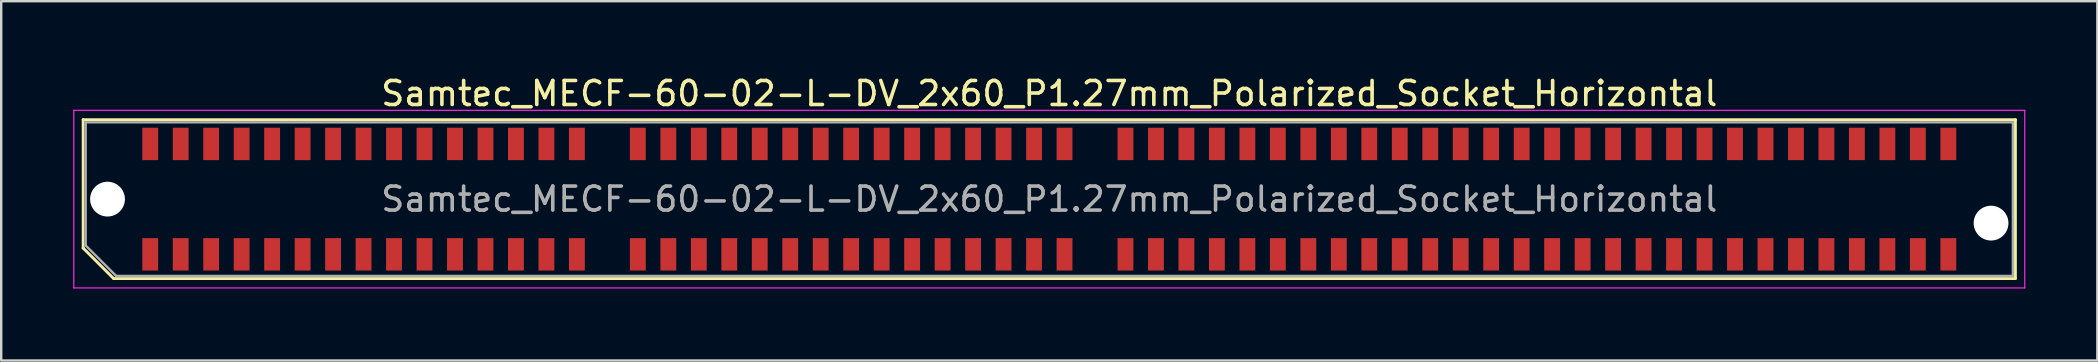
<source format=kicad_pcb>
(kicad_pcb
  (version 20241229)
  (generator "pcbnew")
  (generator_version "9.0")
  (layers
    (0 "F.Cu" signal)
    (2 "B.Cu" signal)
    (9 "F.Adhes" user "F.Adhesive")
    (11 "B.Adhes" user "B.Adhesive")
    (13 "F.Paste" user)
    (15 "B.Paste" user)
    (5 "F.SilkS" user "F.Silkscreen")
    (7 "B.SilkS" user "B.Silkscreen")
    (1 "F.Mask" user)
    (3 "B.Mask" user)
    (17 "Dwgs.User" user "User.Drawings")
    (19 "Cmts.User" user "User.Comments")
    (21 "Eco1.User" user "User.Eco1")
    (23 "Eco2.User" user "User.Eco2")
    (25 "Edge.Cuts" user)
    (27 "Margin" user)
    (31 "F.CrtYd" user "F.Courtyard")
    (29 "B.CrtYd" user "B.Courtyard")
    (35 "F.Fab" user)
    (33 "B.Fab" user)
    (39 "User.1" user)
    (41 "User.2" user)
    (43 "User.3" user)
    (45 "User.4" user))
  (footprint "Samtec_MECF-60-02-L-DV_2x60_P1.27mm_Polarized_Socket_Horizontal"
    (layer "F.Cu")
    (at 40.675 5.248)
    (property "Reference" "Samtec_MECF-60-02-L-DV_2x60_P1.27mm_Polarized_Socket_Horizontal" (at 0 -4.4 0) (layer "F.SilkS") (effects (font (size 1 1) (thickness 0.15))))
    (attr smd)
    (fp_line (start -40.26 -3.31) (end 40.26 -3.31) (stroke (width 0.12) (type solid)) (layer "F.SilkS"))
    (fp_line (start -40.26 2.04) (end -40.26 -3.31) (stroke (width 0.12) (type solid)) (layer "F.SilkS"))
    (fp_line (start -38.99 3.31) (end -40.26 2.04) (stroke (width 0.12) (type solid)) (layer "F.SilkS"))
    (fp_line (start -38.99 3.31) (end 40.26 3.31) (stroke (width 0.12) (type solid)) (layer "F.SilkS"))
    (fp_line (start 40.26 3.31) (end 40.26 -3.31) (stroke (width 0.12) (type solid)) (layer "F.SilkS"))
    (fp_line (start -40.65 -3.7) (end -40.65 3.7) (stroke (width 0.05) (type solid)) (layer "F.CrtYd"))
    (fp_line (start -40.65 3.7) (end 40.65 3.7) (stroke (width 0.05) (type solid)) (layer "F.CrtYd"))
    (fp_line (start 40.65 -3.7) (end -40.65 -3.7) (stroke (width 0.05) (type solid)) (layer "F.CrtYd"))
    (fp_line (start 40.65 3.7) (end 40.65 -3.7) (stroke (width 0.05) (type solid)) (layer "F.CrtYd"))
    (fp_line (start -40.155 -3.2) (end 40.155 -3.2) (stroke (width 0.1) (type solid)) (layer "F.Fab"))
    (fp_line (start -40.155 1.93) (end -40.155 -3.2) (stroke (width 0.1) (type solid)) (layer "F.Fab"))
    (fp_line (start -40.155 1.93) (end -38.885 3.2) (stroke (width 0.1) (type solid)) (layer "F.Fab"))
    (fp_line (start -38.885 3.2) (end 40.155 3.2) (stroke (width 0.1) (type solid)) (layer "F.Fab"))
    (fp_line (start 40.155 3.2) (end 40.155 -3.2) (stroke (width 0.1) (type solid)) (layer "F.Fab"))
    (fp_text user "${REFERENCE}" (at 0 0 0) (layer "F.Fab") (effects (font (size 1 1) (thickness 0.15))))
    (pad "" np_thru_hole circle (at -39.245 0) (size 1.45 1.45) (drill 1.45) (layers "*.Cu" "*.Mask"))
    (pad "" np_thru_hole circle (at 39.245 1) (size 1.45 1.45) (drill 1.45) (layers "*.Cu" "*.Mask"))
    (pad "1" smd rect (at -37.465 2.3) (size 0.66 1.35) (layers "F.Cu" "F.Mask" "F.Paste"))
    (pad "2" smd rect (at -37.465 -2.3) (size 0.66 1.35) (layers "F.Cu" "F.Mask" "F.Paste"))
    (pad "3" smd rect (at -36.195 2.3) (size 0.66 1.35) (layers "F.Cu" "F.Mask" "F.Paste"))
    (pad "4" smd rect (at -36.195 -2.3) (size 0.66 1.35) (layers "F.Cu" "F.Mask" "F.Paste"))
    (pad "5" smd rect (at -34.925 2.3) (size 0.66 1.35) (layers "F.Cu" "F.Mask" "F.Paste"))
    (pad "6" smd rect (at -34.925 -2.3) (size 0.66 1.35) (layers "F.Cu" "F.Mask" "F.Paste"))
    (pad "7" smd rect (at -33.655 2.3) (size 0.66 1.35) (layers "F.Cu" "F.Mask" "F.Paste"))
    (pad "8" smd rect (at -33.655 -2.3) (size 0.66 1.35) (layers "F.Cu" "F.Mask" "F.Paste"))
    (pad "9" smd rect (at -32.385 2.3) (size 0.66 1.35) (layers "F.Cu" "F.Mask" "F.Paste"))
    (pad "10" smd rect (at -32.385 -2.3) (size 0.66 1.35) (layers "F.Cu" "F.Mask" "F.Paste"))
    (pad "11" smd rect (at -31.115 2.3) (size 0.66 1.35) (layers "F.Cu" "F.Mask" "F.Paste"))
    (pad "12" smd rect (at -31.115 -2.3) (size 0.66 1.35) (layers "F.Cu" "F.Mask" "F.Paste"))
    (pad "13" smd rect (at -29.845 2.3) (size 0.66 1.35) (layers "F.Cu" "F.Mask" "F.Paste"))
    (pad "14" smd rect (at -29.845 -2.3) (size 0.66 1.35) (layers "F.Cu" "F.Mask" "F.Paste"))
    (pad "15" smd rect (at -28.575 2.3) (size 0.66 1.35) (layers "F.Cu" "F.Mask" "F.Paste"))
    (pad "16" smd rect (at -28.575 -2.3) (size 0.66 1.35) (layers "F.Cu" "F.Mask" "F.Paste"))
    (pad "17" smd rect (at -27.305 2.3) (size 0.66 1.35) (layers "F.Cu" "F.Mask" "F.Paste"))
    (pad "18" smd rect (at -27.305 -2.3) (size 0.66 1.35) (layers "F.Cu" "F.Mask" "F.Paste"))
    (pad "19" smd rect (at -26.035 2.3) (size 0.66 1.35) (layers "F.Cu" "F.Mask" "F.Paste"))
    (pad "20" smd rect (at -26.035 -2.3) (size 0.66 1.35) (layers "F.Cu" "F.Mask" "F.Paste"))
    (pad "21" smd rect (at -24.765 2.3) (size 0.66 1.35) (layers "F.Cu" "F.Mask" "F.Paste"))
    (pad "22" smd rect (at -24.765 -2.3) (size 0.66 1.35) (layers "F.Cu" "F.Mask" "F.Paste"))
    (pad "23" smd rect (at -23.495 2.3) (size 0.66 1.35) (layers "F.Cu" "F.Mask" "F.Paste"))
    (pad "24" smd rect (at -23.495 -2.3) (size 0.66 1.35) (layers "F.Cu" "F.Mask" "F.Paste"))
    (pad "25" smd rect (at -22.225 2.3) (size 0.66 1.35) (layers "F.Cu" "F.Mask" "F.Paste"))
    (pad "26" smd rect (at -22.225 -2.3) (size 0.66 1.35) (layers "F.Cu" "F.Mask" "F.Paste"))
    (pad "27" smd rect (at -20.955 2.3) (size 0.66 1.35) (layers "F.Cu" "F.Mask" "F.Paste"))
    (pad "28" smd rect (at -20.955 -2.3) (size 0.66 1.35) (layers "F.Cu" "F.Mask" "F.Paste"))
    (pad "29" smd rect (at -19.685 2.3) (size 0.66 1.35) (layers "F.Cu" "F.Mask" "F.Paste"))
    (pad "30" smd rect (at -19.685 -2.3) (size 0.66 1.35) (layers "F.Cu" "F.Mask" "F.Paste"))
    (pad "33" smd rect (at -17.145 2.3) (size 0.66 1.35) (layers "F.Cu" "F.Mask" "F.Paste"))
    (pad "34" smd rect (at -17.145 -2.3) (size 0.66 1.35) (layers "F.Cu" "F.Mask" "F.Paste"))
    (pad "35" smd rect (at -15.875 2.3) (size 0.66 1.35) (layers "F.Cu" "F.Mask" "F.Paste"))
    (pad "36" smd rect (at -15.875 -2.3) (size 0.66 1.35) (layers "F.Cu" "F.Mask" "F.Paste"))
    (pad "37" smd rect (at -14.605 2.3) (size 0.66 1.35) (layers "F.Cu" "F.Mask" "F.Paste"))
    (pad "38" smd rect (at -14.605 -2.3) (size 0.66 1.35) (layers "F.Cu" "F.Mask" "F.Paste"))
    (pad "39" smd rect (at -13.335 2.3) (size 0.66 1.35) (layers "F.Cu" "F.Mask" "F.Paste"))
    (pad "40" smd rect (at -13.335 -2.3) (size 0.66 1.35) (layers "F.Cu" "F.Mask" "F.Paste"))
    (pad "41" smd rect (at -12.065 2.3) (size 0.66 1.35) (layers "F.Cu" "F.Mask" "F.Paste"))
    (pad "42" smd rect (at -12.065 -2.3) (size 0.66 1.35) (layers "F.Cu" "F.Mask" "F.Paste"))
    (pad "43" smd rect (at -10.795 2.3) (size 0.66 1.35) (layers "F.Cu" "F.Mask" "F.Paste"))
    (pad "44" smd rect (at -10.795 -2.3) (size 0.66 1.35) (layers "F.Cu" "F.Mask" "F.Paste"))
    (pad "45" smd rect (at -9.525 2.3) (size 0.66 1.35) (layers "F.Cu" "F.Mask" "F.Paste"))
    (pad "46" smd rect (at -9.525 -2.3) (size 0.66 1.35) (layers "F.Cu" "F.Mask" "F.Paste"))
    (pad "47" smd rect (at -8.255 2.3) (size 0.66 1.35) (layers "F.Cu" "F.Mask" "F.Paste"))
    (pad "48" smd rect (at -8.255 -2.3) (size 0.66 1.35) (layers "F.Cu" "F.Mask" "F.Paste"))
    (pad "49" smd rect (at -6.985 2.3) (size 0.66 1.35) (layers "F.Cu" "F.Mask" "F.Paste"))
    (pad "50" smd rect (at -6.985 -2.3) (size 0.66 1.35) (layers "F.Cu" "F.Mask" "F.Paste"))
    (pad "51" smd rect (at -5.715 2.3) (size 0.66 1.35) (layers "F.Cu" "F.Mask" "F.Paste"))
    (pad "52" smd rect (at -5.715 -2.3) (size 0.66 1.35) (layers "F.Cu" "F.Mask" "F.Paste"))
    (pad "53" smd rect (at -4.445 2.3) (size 0.66 1.35) (layers "F.Cu" "F.Mask" "F.Paste"))
    (pad "54" smd rect (at -4.445 -2.3) (size 0.66 1.35) (layers "F.Cu" "F.Mask" "F.Paste"))
    (pad "55" smd rect (at -3.175 2.3) (size 0.66 1.35) (layers "F.Cu" "F.Mask" "F.Paste"))
    (pad "56" smd rect (at -3.175 -2.3) (size 0.66 1.35) (layers "F.Cu" "F.Mask" "F.Paste"))
    (pad "57" smd rect (at -1.905 2.3) (size 0.66 1.35) (layers "F.Cu" "F.Mask" "F.Paste"))
    (pad "58" smd rect (at -1.905 -2.3) (size 0.66 1.35) (layers "F.Cu" "F.Mask" "F.Paste"))
    (pad "59" smd rect (at -0.635 2.3) (size 0.66 1.35) (layers "F.Cu" "F.Mask" "F.Paste"))
    (pad "60" smd rect (at -0.635 -2.3) (size 0.66 1.35) (layers "F.Cu" "F.Mask" "F.Paste"))
    (pad "61" smd rect (at 0.635 2.3) (size 0.66 1.35) (layers "F.Cu" "F.Mask" "F.Paste"))
    (pad "62" smd rect (at 0.635 -2.3) (size 0.66 1.35) (layers "F.Cu" "F.Mask" "F.Paste"))
    (pad "65" smd rect (at 3.175 2.3) (size 0.66 1.35) (layers "F.Cu" "F.Mask" "F.Paste"))
    (pad "66" smd rect (at 3.175 -2.3) (size 0.66 1.35) (layers "F.Cu" "F.Mask" "F.Paste"))
    (pad "67" smd rect (at 4.445 2.3) (size 0.66 1.35) (layers "F.Cu" "F.Mask" "F.Paste"))
    (pad "68" smd rect (at 4.445 -2.3) (size 0.66 1.35) (layers "F.Cu" "F.Mask" "F.Paste"))
    (pad "69" smd rect (at 5.715 2.3) (size 0.66 1.35) (layers "F.Cu" "F.Mask" "F.Paste"))
    (pad "70" smd rect (at 5.715 -2.3) (size 0.66 1.35) (layers "F.Cu" "F.Mask" "F.Paste"))
    (pad "71" smd rect (at 6.985 2.3) (size 0.66 1.35) (layers "F.Cu" "F.Mask" "F.Paste"))
    (pad "72" smd rect (at 6.985 -2.3) (size 0.66 1.35) (layers "F.Cu" "F.Mask" "F.Paste"))
    (pad "73" smd rect (at 8.255 2.3) (size 0.66 1.35) (layers "F.Cu" "F.Mask" "F.Paste"))
    (pad "74" smd rect (at 8.255 -2.3) (size 0.66 1.35) (layers "F.Cu" "F.Mask" "F.Paste"))
    (pad "75" smd rect (at 9.525 2.3) (size 0.66 1.35) (layers "F.Cu" "F.Mask" "F.Paste"))
    (pad "76" smd rect (at 9.525 -2.3) (size 0.66 1.35) (layers "F.Cu" "F.Mask" "F.Paste"))
    (pad "77" smd rect (at 10.795 2.3) (size 0.66 1.35) (layers "F.Cu" "F.Mask" "F.Paste"))
    (pad "78" smd rect (at 10.795 -2.3) (size 0.66 1.35) (layers "F.Cu" "F.Mask" "F.Paste"))
    (pad "79" smd rect (at 12.065 2.3) (size 0.66 1.35) (layers "F.Cu" "F.Mask" "F.Paste"))
    (pad "80" smd rect (at 12.065 -2.3) (size 0.66 1.35) (layers "F.Cu" "F.Mask" "F.Paste"))
    (pad "81" smd rect (at 13.335 2.3) (size 0.66 1.35) (layers "F.Cu" "F.Mask" "F.Paste"))
    (pad "82" smd rect (at 13.335 -2.3) (size 0.66 1.35) (layers "F.Cu" "F.Mask" "F.Paste"))
    (pad "83" smd rect (at 14.605 2.3) (size 0.66 1.35) (layers "F.Cu" "F.Mask" "F.Paste"))
    (pad "84" smd rect (at 14.605 -2.3) (size 0.66 1.35) (layers "F.Cu" "F.Mask" "F.Paste"))
    (pad "85" smd rect (at 15.875 2.3) (size 0.66 1.35) (layers "F.Cu" "F.Mask" "F.Paste"))
    (pad "86" smd rect (at 15.875 -2.3) (size 0.66 1.35) (layers "F.Cu" "F.Mask" "F.Paste"))
    (pad "87" smd rect (at 17.145 2.3) (size 0.66 1.35) (layers "F.Cu" "F.Mask" "F.Paste"))
    (pad "88" smd rect (at 17.145 -2.3) (size 0.66 1.35) (layers "F.Cu" "F.Mask" "F.Paste"))
    (pad "89" smd rect (at 18.415 2.3) (size 0.66 1.35) (layers "F.Cu" "F.Mask" "F.Paste"))
    (pad "90" smd rect (at 18.415 -2.3) (size 0.66 1.35) (layers "F.Cu" "F.Mask" "F.Paste"))
    (pad "91" smd rect (at 19.685 2.3) (size 0.66 1.35) (layers "F.Cu" "F.Mask" "F.Paste"))
    (pad "92" smd rect (at 19.685 -2.3) (size 0.66 1.35) (layers "F.Cu" "F.Mask" "F.Paste"))
    (pad "93" smd rect (at 20.955 2.3) (size 0.66 1.35) (layers "F.Cu" "F.Mask" "F.Paste"))
    (pad "94" smd rect (at 20.955 -2.3) (size 0.66 1.35) (layers "F.Cu" "F.Mask" "F.Paste"))
    (pad "95" smd rect (at 22.225 2.3) (size 0.66 1.35) (layers "F.Cu" "F.Mask" "F.Paste"))
    (pad "96" smd rect (at 22.225 -2.3) (size 0.66 1.35) (layers "F.Cu" "F.Mask" "F.Paste"))
    (pad "97" smd rect (at 23.495 2.3) (size 0.66 1.35) (layers "F.Cu" "F.Mask" "F.Paste"))
    (pad "98" smd rect (at 23.495 -2.3) (size 0.66 1.35) (layers "F.Cu" "F.Mask" "F.Paste"))
    (pad "99" smd rect (at 24.765 2.3) (size 0.66 1.35) (layers "F.Cu" "F.Mask" "F.Paste"))
    (pad "100" smd rect (at 24.765 -2.3) (size 0.66 1.35) (layers "F.Cu" "F.Mask" "F.Paste"))
    (pad "101" smd rect (at 26.035 2.3) (size 0.66 1.35) (layers "F.Cu" "F.Mask" "F.Paste"))
    (pad "102" smd rect (at 26.035 -2.3) (size 0.66 1.35) (layers "F.Cu" "F.Mask" "F.Paste"))
    (pad "103" smd rect (at 27.305 2.3) (size 0.66 1.35) (layers "F.Cu" "F.Mask" "F.Paste"))
    (pad "104" smd rect (at 27.305 -2.3) (size 0.66 1.35) (layers "F.Cu" "F.Mask" "F.Paste"))
    (pad "105" smd rect (at 28.575 2.3) (size 0.66 1.35) (layers "F.Cu" "F.Mask" "F.Paste"))
    (pad "106" smd rect (at 28.575 -2.3) (size 0.66 1.35) (layers "F.Cu" "F.Mask" "F.Paste"))
    (pad "107" smd rect (at 29.845 2.3) (size 0.66 1.35) (layers "F.Cu" "F.Mask" "F.Paste"))
    (pad "108" smd rect (at 29.845 -2.3) (size 0.66 1.35) (layers "F.Cu" "F.Mask" "F.Paste"))
    (pad "109" smd rect (at 31.115 2.3) (size 0.66 1.35) (layers "F.Cu" "F.Mask" "F.Paste"))
    (pad "110" smd rect (at 31.115 -2.3) (size 0.66 1.35) (layers "F.Cu" "F.Mask" "F.Paste"))
    (pad "111" smd rect (at 32.385 2.3) (size 0.66 1.35) (layers "F.Cu" "F.Mask" "F.Paste"))
    (pad "112" smd rect (at 32.385 -2.3) (size 0.66 1.35) (layers "F.Cu" "F.Mask" "F.Paste"))
    (pad "113" smd rect (at 33.655 2.3) (size 0.66 1.35) (layers "F.Cu" "F.Mask" "F.Paste"))
    (pad "114" smd rect (at 33.655 -2.3) (size 0.66 1.35) (layers "F.Cu" "F.Mask" "F.Paste"))
    (pad "115" smd rect (at 34.925 2.3) (size 0.66 1.35) (layers "F.Cu" "F.Mask" "F.Paste"))
    (pad "116" smd rect (at 34.925 -2.3) (size 0.66 1.35) (layers "F.Cu" "F.Mask" "F.Paste"))
    (pad "117" smd rect (at 36.195 2.3) (size 0.66 1.35) (layers "F.Cu" "F.Mask" "F.Paste"))
    (pad "118" smd rect (at 36.195 -2.3) (size 0.66 1.35) (layers "F.Cu" "F.Mask" "F.Paste"))
    (pad "119" smd rect (at 37.465 2.3) (size 0.66 1.35) (layers "F.Cu" "F.Mask" "F.Paste"))
    (pad "120" smd rect (at 37.465 -2.3) (size 0.66 1.35) (layers "F.Cu" "F.Mask" "F.Paste")))
  (gr_rect
    (start -3 -3)
    (end 84.35 11.973)
    (stroke (width 0.1) (type default))
    (fill no)
    (layer "Edge.Cuts")))
</source>
